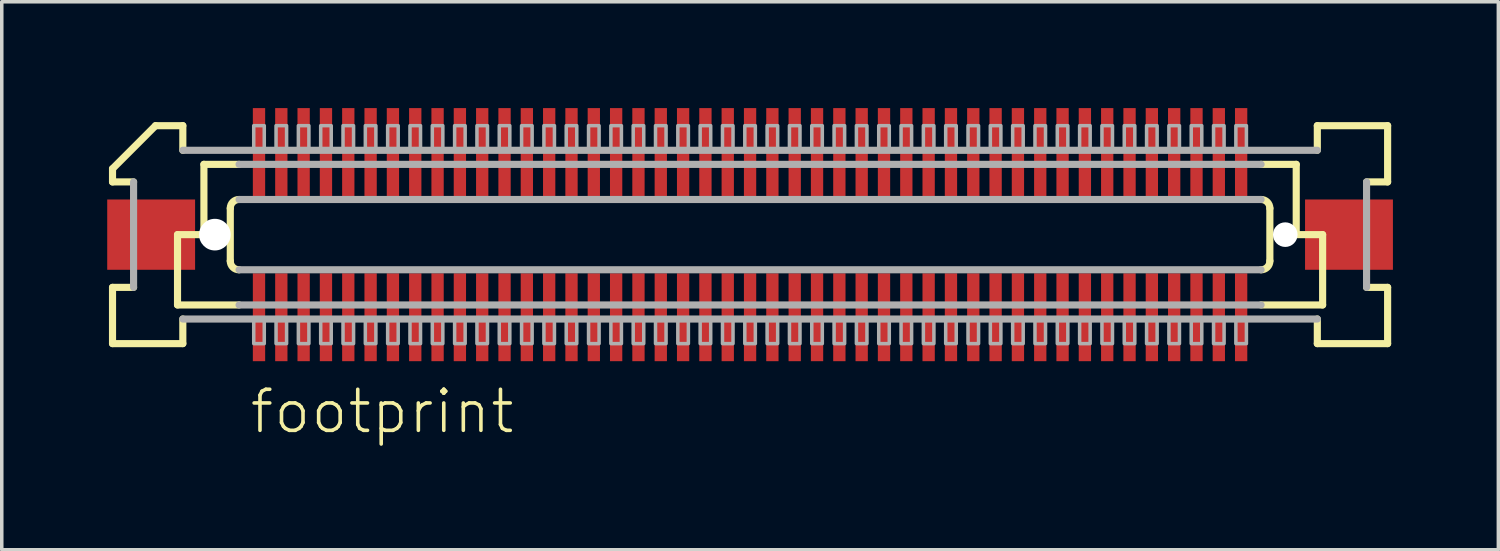
<source format=kicad_pcb>
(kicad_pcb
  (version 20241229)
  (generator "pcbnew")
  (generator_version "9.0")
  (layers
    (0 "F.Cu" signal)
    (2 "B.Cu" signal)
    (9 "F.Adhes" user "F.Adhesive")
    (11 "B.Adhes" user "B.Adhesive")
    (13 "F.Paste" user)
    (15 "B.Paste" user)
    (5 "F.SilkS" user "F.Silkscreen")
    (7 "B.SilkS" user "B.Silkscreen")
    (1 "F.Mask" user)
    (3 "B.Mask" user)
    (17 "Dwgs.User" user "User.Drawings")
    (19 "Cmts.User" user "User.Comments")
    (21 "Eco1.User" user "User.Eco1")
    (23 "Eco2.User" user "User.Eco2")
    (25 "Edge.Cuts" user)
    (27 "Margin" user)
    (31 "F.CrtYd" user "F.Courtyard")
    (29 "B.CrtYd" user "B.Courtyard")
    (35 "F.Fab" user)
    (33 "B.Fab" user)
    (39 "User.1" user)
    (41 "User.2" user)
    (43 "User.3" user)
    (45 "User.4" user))
  (footprint "footprint"
    (layer "F.Cu")
    (at 18.288 3.625)
    (property "Reference" "footprint" (at -14.287 5.715 0) (layer "F.SilkS") (effects (font (size 1.168 1.168) (thickness 0.102)) (justify left bottom)))
    (fp_poly (pts (xy -14.17 -1.075) (xy -13.77 -1.075) (xy -13.77 -3.625) (xy -14.17 -3.625)) (stroke (width 0) (type solid)) (fill yes) (layer "F.Mask"))
    (fp_poly (pts (xy -13.77 1.075) (xy -14.17 1.075) (xy -14.17 3.625) (xy -13.77 3.625)) (stroke (width 0) (type solid)) (fill yes) (layer "F.Mask"))
    (fp_poly (pts (xy -13.535 -1.075) (xy -13.135 -1.075) (xy -13.135 -3.625) (xy -13.535 -3.625)) (stroke (width 0) (type solid)) (fill yes) (layer "F.Mask"))
    (fp_poly (pts (xy -13.135 1.075) (xy -13.535 1.075) (xy -13.535 3.625) (xy -13.135 3.625)) (stroke (width 0) (type solid)) (fill yes) (layer "F.Mask"))
    (fp_poly (pts (xy -12.9 -1.075) (xy -12.5 -1.075) (xy -12.5 -3.625) (xy -12.9 -3.625)) (stroke (width 0) (type solid)) (fill yes) (layer "F.Mask"))
    (fp_poly (pts (xy -12.5 1.075) (xy -12.9 1.075) (xy -12.9 3.625) (xy -12.5 3.625)) (stroke (width 0) (type solid)) (fill yes) (layer "F.Mask"))
    (fp_poly (pts (xy -12.265 -1.075) (xy -11.865 -1.075) (xy -11.865 -3.625) (xy -12.265 -3.625)) (stroke (width 0) (type solid)) (fill yes) (layer "F.Mask"))
    (fp_poly (pts (xy -11.865 1.075) (xy -12.265 1.075) (xy -12.265 3.625) (xy -11.865 3.625)) (stroke (width 0) (type solid)) (fill yes) (layer "F.Mask"))
    (fp_poly (pts (xy -11.63 -1.075) (xy -11.23 -1.075) (xy -11.23 -3.625) (xy -11.63 -3.625)) (stroke (width 0) (type solid)) (fill yes) (layer "F.Mask"))
    (fp_poly (pts (xy -11.23 1.075) (xy -11.63 1.075) (xy -11.63 3.625) (xy -11.23 3.625)) (stroke (width 0) (type solid)) (fill yes) (layer "F.Mask"))
    (fp_poly (pts (xy -10.995 -1.075) (xy -10.595 -1.075) (xy -10.595 -3.625) (xy -10.995 -3.625)) (stroke (width 0) (type solid)) (fill yes) (layer "F.Mask"))
    (fp_poly (pts (xy -10.595 1.075) (xy -10.995 1.075) (xy -10.995 3.625) (xy -10.595 3.625)) (stroke (width 0) (type solid)) (fill yes) (layer "F.Mask"))
    (fp_poly (pts (xy -10.36 -1.075) (xy -9.96 -1.075) (xy -9.96 -3.625) (xy -10.36 -3.625)) (stroke (width 0) (type solid)) (fill yes) (layer "F.Mask"))
    (fp_poly (pts (xy -9.96 1.075) (xy -10.36 1.075) (xy -10.36 3.625) (xy -9.96 3.625)) (stroke (width 0) (type solid)) (fill yes) (layer "F.Mask"))
    (fp_poly (pts (xy -9.725 -1.075) (xy -9.325 -1.075) (xy -9.325 -3.625) (xy -9.725 -3.625)) (stroke (width 0) (type solid)) (fill yes) (layer "F.Mask"))
    (fp_poly (pts (xy -9.325 1.075) (xy -9.725 1.075) (xy -9.725 3.625) (xy -9.325 3.625)) (stroke (width 0) (type solid)) (fill yes) (layer "F.Mask"))
    (fp_poly (pts (xy -9.09 -1.075) (xy -8.69 -1.075) (xy -8.69 -3.625) (xy -9.09 -3.625)) (stroke (width 0) (type solid)) (fill yes) (layer "F.Mask"))
    (fp_poly (pts (xy -8.69 1.075) (xy -9.09 1.075) (xy -9.09 3.625) (xy -8.69 3.625)) (stroke (width 0) (type solid)) (fill yes) (layer "F.Mask"))
    (fp_poly (pts (xy -8.455 -1.075) (xy -8.055 -1.075) (xy -8.055 -3.625) (xy -8.455 -3.625)) (stroke (width 0) (type solid)) (fill yes) (layer "F.Mask"))
    (fp_poly (pts (xy -8.055 1.075) (xy -8.455 1.075) (xy -8.455 3.625) (xy -8.055 3.625)) (stroke (width 0) (type solid)) (fill yes) (layer "F.Mask"))
    (fp_poly (pts (xy -7.82 -1.075) (xy -7.42 -1.075) (xy -7.42 -3.625) (xy -7.82 -3.625)) (stroke (width 0) (type solid)) (fill yes) (layer "F.Mask"))
    (fp_poly (pts (xy -7.42 1.075) (xy -7.82 1.075) (xy -7.82 3.625) (xy -7.42 3.625)) (stroke (width 0) (type solid)) (fill yes) (layer "F.Mask"))
    (fp_poly (pts (xy -7.185 -1.075) (xy -6.785 -1.075) (xy -6.785 -3.625) (xy -7.185 -3.625)) (stroke (width 0) (type solid)) (fill yes) (layer "F.Mask"))
    (fp_poly (pts (xy -6.785 1.075) (xy -7.185 1.075) (xy -7.185 3.625) (xy -6.785 3.625)) (stroke (width 0) (type solid)) (fill yes) (layer "F.Mask"))
    (fp_poly (pts (xy -6.55 -1.075) (xy -6.15 -1.075) (xy -6.15 -3.625) (xy -6.55 -3.625)) (stroke (width 0) (type solid)) (fill yes) (layer "F.Mask"))
    (fp_poly (pts (xy -6.15 1.075) (xy -6.55 1.075) (xy -6.55 3.625) (xy -6.15 3.625)) (stroke (width 0) (type solid)) (fill yes) (layer "F.Mask"))
    (fp_poly (pts (xy -5.915 -1.075) (xy -5.515 -1.075) (xy -5.515 -3.625) (xy -5.915 -3.625)) (stroke (width 0) (type solid)) (fill yes) (layer "F.Mask"))
    (fp_poly (pts (xy -5.515 1.075) (xy -5.915 1.075) (xy -5.915 3.625) (xy -5.515 3.625)) (stroke (width 0) (type solid)) (fill yes) (layer "F.Mask"))
    (fp_poly (pts (xy -5.28 -1.075) (xy -4.88 -1.075) (xy -4.88 -3.625) (xy -5.28 -3.625)) (stroke (width 0) (type solid)) (fill yes) (layer "F.Mask"))
    (fp_poly (pts (xy -4.88 1.075) (xy -5.28 1.075) (xy -5.28 3.625) (xy -4.88 3.625)) (stroke (width 0) (type solid)) (fill yes) (layer "F.Mask"))
    (fp_poly (pts (xy -4.645 -1.075) (xy -4.245 -1.075) (xy -4.245 -3.625) (xy -4.645 -3.625)) (stroke (width 0) (type solid)) (fill yes) (layer "F.Mask"))
    (fp_poly (pts (xy -4.245 1.075) (xy -4.645 1.075) (xy -4.645 3.625) (xy -4.245 3.625)) (stroke (width 0) (type solid)) (fill yes) (layer "F.Mask"))
    (fp_poly (pts (xy -4.01 -1.075) (xy -3.61 -1.075) (xy -3.61 -3.625) (xy -4.01 -3.625)) (stroke (width 0) (type solid)) (fill yes) (layer "F.Mask"))
    (fp_poly (pts (xy -3.61 1.075) (xy -4.01 1.075) (xy -4.01 3.625) (xy -3.61 3.625)) (stroke (width 0) (type solid)) (fill yes) (layer "F.Mask"))
    (fp_poly (pts (xy -3.375 -1.075) (xy -2.975 -1.075) (xy -2.975 -3.625) (xy -3.375 -3.625)) (stroke (width 0) (type solid)) (fill yes) (layer "F.Mask"))
    (fp_poly (pts (xy -2.975 1.075) (xy -3.375 1.075) (xy -3.375 3.625) (xy -2.975 3.625)) (stroke (width 0) (type solid)) (fill yes) (layer "F.Mask"))
    (fp_poly (pts (xy -2.74 -1.075) (xy -2.34 -1.075) (xy -2.34 -3.625) (xy -2.74 -3.625)) (stroke (width 0) (type solid)) (fill yes) (layer "F.Mask"))
    (fp_poly (pts (xy -2.34 1.075) (xy -2.74 1.075) (xy -2.74 3.625) (xy -2.34 3.625)) (stroke (width 0) (type solid)) (fill yes) (layer "F.Mask"))
    (fp_poly (pts (xy -2.105 -1.075) (xy -1.705 -1.075) (xy -1.705 -3.625) (xy -2.105 -3.625)) (stroke (width 0) (type solid)) (fill yes) (layer "F.Mask"))
    (fp_poly (pts (xy -1.705 1.075) (xy -2.105 1.075) (xy -2.105 3.625) (xy -1.705 3.625)) (stroke (width 0) (type solid)) (fill yes) (layer "F.Mask"))
    (fp_poly (pts (xy -1.47 -1.075) (xy -1.07 -1.075) (xy -1.07 -3.625) (xy -1.47 -3.625)) (stroke (width 0) (type solid)) (fill yes) (layer "F.Mask"))
    (fp_poly (pts (xy -1.07 1.075) (xy -1.47 1.075) (xy -1.47 3.625) (xy -1.07 3.625)) (stroke (width 0) (type solid)) (fill yes) (layer "F.Mask"))
    (fp_poly (pts (xy -0.835 -1.075) (xy -0.435 -1.075) (xy -0.435 -3.625) (xy -0.835 -3.625)) (stroke (width 0) (type solid)) (fill yes) (layer "F.Mask"))
    (fp_poly (pts (xy -0.435 1.075) (xy -0.835 1.075) (xy -0.835 3.625) (xy -0.435 3.625)) (stroke (width 0) (type solid)) (fill yes) (layer "F.Mask"))
    (fp_poly (pts (xy -0.2 -1.075) (xy 0.2 -1.075) (xy 0.2 -3.625) (xy -0.2 -3.625)) (stroke (width 0) (type solid)) (fill yes) (layer "F.Mask"))
    (fp_poly (pts (xy 0.2 1.075) (xy -0.2 1.075) (xy -0.2 3.625) (xy 0.2 3.625)) (stroke (width 0) (type solid)) (fill yes) (layer "F.Mask"))
    (fp_poly (pts (xy 0.435 -1.075) (xy 0.835 -1.075) (xy 0.835 -3.625) (xy 0.435 -3.625)) (stroke (width 0) (type solid)) (fill yes) (layer "F.Mask"))
    (fp_poly (pts (xy 0.835 1.075) (xy 0.435 1.075) (xy 0.435 3.625) (xy 0.835 3.625)) (stroke (width 0) (type solid)) (fill yes) (layer "F.Mask"))
    (fp_poly (pts (xy 1.07 -1.075) (xy 1.47 -1.075) (xy 1.47 -3.625) (xy 1.07 -3.625)) (stroke (width 0) (type solid)) (fill yes) (layer "F.Mask"))
    (fp_poly (pts (xy 1.47 1.075) (xy 1.07 1.075) (xy 1.07 3.625) (xy 1.47 3.625)) (stroke (width 0) (type solid)) (fill yes) (layer "F.Mask"))
    (fp_poly (pts (xy 1.705 -1.075) (xy 2.105 -1.075) (xy 2.105 -3.625) (xy 1.705 -3.625)) (stroke (width 0) (type solid)) (fill yes) (layer "F.Mask"))
    (fp_poly (pts (xy 2.105 1.075) (xy 1.705 1.075) (xy 1.705 3.625) (xy 2.105 3.625)) (stroke (width 0) (type solid)) (fill yes) (layer "F.Mask"))
    (fp_poly (pts (xy 2.34 -1.075) (xy 2.74 -1.075) (xy 2.74 -3.625) (xy 2.34 -3.625)) (stroke (width 0) (type solid)) (fill yes) (layer "F.Mask"))
    (fp_poly (pts (xy 2.74 1.075) (xy 2.34 1.075) (xy 2.34 3.625) (xy 2.74 3.625)) (stroke (width 0) (type solid)) (fill yes) (layer "F.Mask"))
    (fp_poly (pts (xy 2.975 -1.075) (xy 3.375 -1.075) (xy 3.375 -3.625) (xy 2.975 -3.625)) (stroke (width 0) (type solid)) (fill yes) (layer "F.Mask"))
    (fp_poly (pts (xy 3.375 1.075) (xy 2.975 1.075) (xy 2.975 3.625) (xy 3.375 3.625)) (stroke (width 0) (type solid)) (fill yes) (layer "F.Mask"))
    (fp_poly (pts (xy 3.61 -1.075) (xy 4.01 -1.075) (xy 4.01 -3.625) (xy 3.61 -3.625)) (stroke (width 0) (type solid)) (fill yes) (layer "F.Mask"))
    (fp_poly (pts (xy 4.01 1.075) (xy 3.61 1.075) (xy 3.61 3.625) (xy 4.01 3.625)) (stroke (width 0) (type solid)) (fill yes) (layer "F.Mask"))
    (fp_poly (pts (xy 4.245 -1.075) (xy 4.645 -1.075) (xy 4.645 -3.625) (xy 4.245 -3.625)) (stroke (width 0) (type solid)) (fill yes) (layer "F.Mask"))
    (fp_poly (pts (xy 4.645 1.075) (xy 4.245 1.075) (xy 4.245 3.625) (xy 4.645 3.625)) (stroke (width 0) (type solid)) (fill yes) (layer "F.Mask"))
    (fp_poly (pts (xy 4.88 -1.075) (xy 5.28 -1.075) (xy 5.28 -3.625) (xy 4.88 -3.625)) (stroke (width 0) (type solid)) (fill yes) (layer "F.Mask"))
    (fp_poly (pts (xy 5.28 1.075) (xy 4.88 1.075) (xy 4.88 3.625) (xy 5.28 3.625)) (stroke (width 0) (type solid)) (fill yes) (layer "F.Mask"))
    (fp_poly (pts (xy 5.515 -1.075) (xy 5.915 -1.075) (xy 5.915 -3.625) (xy 5.515 -3.625)) (stroke (width 0) (type solid)) (fill yes) (layer "F.Mask"))
    (fp_poly (pts (xy 5.915 1.075) (xy 5.515 1.075) (xy 5.515 3.625) (xy 5.915 3.625)) (stroke (width 0) (type solid)) (fill yes) (layer "F.Mask"))
    (fp_poly (pts (xy 6.15 -1.075) (xy 6.55 -1.075) (xy 6.55 -3.625) (xy 6.15 -3.625)) (stroke (width 0) (type solid)) (fill yes) (layer "F.Mask"))
    (fp_poly (pts (xy 6.55 1.075) (xy 6.15 1.075) (xy 6.15 3.625) (xy 6.55 3.625)) (stroke (width 0) (type solid)) (fill yes) (layer "F.Mask"))
    (fp_poly (pts (xy 6.785 -1.075) (xy 7.185 -1.075) (xy 7.185 -3.625) (xy 6.785 -3.625)) (stroke (width 0) (type solid)) (fill yes) (layer "F.Mask"))
    (fp_poly (pts (xy 7.185 1.075) (xy 6.785 1.075) (xy 6.785 3.625) (xy 7.185 3.625)) (stroke (width 0) (type solid)) (fill yes) (layer "F.Mask"))
    (fp_poly (pts (xy 7.42 -1.075) (xy 7.82 -1.075) (xy 7.82 -3.625) (xy 7.42 -3.625)) (stroke (width 0) (type solid)) (fill yes) (layer "F.Mask"))
    (fp_poly (pts (xy 7.82 1.075) (xy 7.42 1.075) (xy 7.42 3.625) (xy 7.82 3.625)) (stroke (width 0) (type solid)) (fill yes) (layer "F.Mask"))
    (fp_poly (pts (xy 8.055 -1.075) (xy 8.455 -1.075) (xy 8.455 -3.625) (xy 8.055 -3.625)) (stroke (width 0) (type solid)) (fill yes) (layer "F.Mask"))
    (fp_poly (pts (xy 8.455 1.075) (xy 8.055 1.075) (xy 8.055 3.625) (xy 8.455 3.625)) (stroke (width 0) (type solid)) (fill yes) (layer "F.Mask"))
    (fp_poly (pts (xy 8.69 -1.075) (xy 9.09 -1.075) (xy 9.09 -3.625) (xy 8.69 -3.625)) (stroke (width 0) (type solid)) (fill yes) (layer "F.Mask"))
    (fp_poly (pts (xy 9.09 1.075) (xy 8.69 1.075) (xy 8.69 3.625) (xy 9.09 3.625)) (stroke (width 0) (type solid)) (fill yes) (layer "F.Mask"))
    (fp_poly (pts (xy 9.325 -1.075) (xy 9.725 -1.075) (xy 9.725 -3.625) (xy 9.325 -3.625)) (stroke (width 0) (type solid)) (fill yes) (layer "F.Mask"))
    (fp_poly (pts (xy 9.725 1.075) (xy 9.325 1.075) (xy 9.325 3.625) (xy 9.725 3.625)) (stroke (width 0) (type solid)) (fill yes) (layer "F.Mask"))
    (fp_poly (pts (xy 9.96 -1.075) (xy 10.36 -1.075) (xy 10.36 -3.625) (xy 9.96 -3.625)) (stroke (width 0) (type solid)) (fill yes) (layer "F.Mask"))
    (fp_poly (pts (xy 10.36 1.075) (xy 9.96 1.075) (xy 9.96 3.625) (xy 10.36 3.625)) (stroke (width 0) (type solid)) (fill yes) (layer "F.Mask"))
    (fp_poly (pts (xy 10.595 -1.075) (xy 10.995 -1.075) (xy 10.995 -3.625) (xy 10.595 -3.625)) (stroke (width 0) (type solid)) (fill yes) (layer "F.Mask"))
    (fp_poly (pts (xy 10.995 1.075) (xy 10.595 1.075) (xy 10.595 3.625) (xy 10.995 3.625)) (stroke (width 0) (type solid)) (fill yes) (layer "F.Mask"))
    (fp_poly (pts (xy 11.23 -1.075) (xy 11.63 -1.075) (xy 11.63 -3.625) (xy 11.23 -3.625)) (stroke (width 0) (type solid)) (fill yes) (layer "F.Mask"))
    (fp_poly (pts (xy 11.63 1.075) (xy 11.23 1.075) (xy 11.23 3.625) (xy 11.63 3.625)) (stroke (width 0) (type solid)) (fill yes) (layer "F.Mask"))
    (fp_poly (pts (xy 11.865 -1.075) (xy 12.265 -1.075) (xy 12.265 -3.625) (xy 11.865 -3.625)) (stroke (width 0) (type solid)) (fill yes) (layer "F.Mask"))
    (fp_poly (pts (xy 12.265 1.075) (xy 11.865 1.075) (xy 11.865 3.625) (xy 12.265 3.625)) (stroke (width 0) (type solid)) (fill yes) (layer "F.Mask"))
    (fp_poly (pts (xy 12.5 -1.075) (xy 12.9 -1.075) (xy 12.9 -3.625) (xy 12.5 -3.625)) (stroke (width 0) (type solid)) (fill yes) (layer "F.Mask"))
    (fp_poly (pts (xy 12.9 1.075) (xy 12.5 1.075) (xy 12.5 3.625) (xy 12.9 3.625)) (stroke (width 0) (type solid)) (fill yes) (layer "F.Mask"))
    (fp_poly (pts (xy 13.135 -1.075) (xy 13.535 -1.075) (xy 13.535 -3.625) (xy 13.135 -3.625)) (stroke (width 0) (type solid)) (fill yes) (layer "F.Mask"))
    (fp_poly (pts (xy 13.535 1.075) (xy 13.135 1.075) (xy 13.135 3.625) (xy 13.535 3.625)) (stroke (width 0) (type solid)) (fill yes) (layer "F.Mask"))
    (fp_poly (pts (xy 13.77 -1.075) (xy 14.17 -1.075) (xy 14.17 -3.625) (xy 13.77 -3.625)) (stroke (width 0) (type solid)) (fill yes) (layer "F.Mask"))
    (fp_poly (pts (xy 14.17 1.075) (xy 13.77 1.075) (xy 13.77 3.625) (xy 14.17 3.625)) (stroke (width 0) (type solid)) (fill yes) (layer "F.Mask"))
    (fp_line (start -18.137 -1.5) (end -18.137 -1.875) (stroke (width 0.203) (type solid)) (layer "F.SilkS"))
    (fp_line (start -18.137 1.5) (end -17.538 1.5) (stroke (width 0.203) (type solid)) (layer "F.SilkS"))
    (fp_line (start -18.137 3.1) (end -18.137 1.5) (stroke (width 0.203) (type solid)) (layer "F.SilkS"))
    (fp_line (start -17.538 -1.5) (end -18.137 -1.5) (stroke (width 0.203) (type solid)) (layer "F.SilkS"))
    (fp_line (start -16.913 -3.1) (end -18.137 -1.875) (stroke (width 0.203) (type solid)) (layer "F.SilkS"))
    (fp_line (start -16.913 -3.1) (end -16.137 -3.1) (stroke (width 0.203) (type solid)) (layer "F.SilkS"))
    (fp_line (start -16.288 0) (end -16.288 2) (stroke (width 0.203) (type solid)) (layer "F.SilkS"))
    (fp_line (start -16.288 2) (end -14.537 2) (stroke (width 0.203) (type solid)) (layer "F.SilkS"))
    (fp_line (start -16.137 -3.1) (end -16.137 -2.4) (stroke (width 0.203) (type solid)) (layer "F.SilkS"))
    (fp_line (start -16.137 2.4) (end -16.137 3.1) (stroke (width 0.203) (type solid)) (layer "F.SilkS"))
    (fp_line (start -16.137 3.1) (end -18.137 3.1) (stroke (width 0.203) (type solid)) (layer "F.SilkS"))
    (fp_line (start -15.537 -2) (end -15.537 0) (stroke (width 0.203) (type solid)) (layer "F.SilkS"))
    (fp_line (start -15.537 0) (end -16.288 0) (stroke (width 0.203) (type solid)) (layer "F.SilkS"))
    (fp_line (start -14.787 0.75) (end -14.787 -0.75) (stroke (width 0.203) (type solid)) (layer "F.SilkS"))
    (fp_line (start -14.537 -2) (end -15.537 -2) (stroke (width 0.203) (type solid)) (layer "F.SilkS"))
    (fp_line (start 14.537 2) (end 16.288 2) (stroke (width 0.203) (type solid)) (layer "F.SilkS"))
    (fp_line (start 14.787 -0.75) (end 14.787 0.75) (stroke (width 0.203) (type solid)) (layer "F.SilkS"))
    (fp_line (start 15.537 -2) (end 14.537 -2) (stroke (width 0.203) (type solid)) (layer "F.SilkS"))
    (fp_line (start 15.537 -2) (end 15.537 0) (stroke (width 0.203) (type solid)) (layer "F.SilkS"))
    (fp_line (start 16.137 -3.1) (end 18.137 -3.1) (stroke (width 0.203) (type solid)) (layer "F.SilkS"))
    (fp_line (start 16.137 -2.4) (end 16.137 -3.1) (stroke (width 0.203) (type solid)) (layer "F.SilkS"))
    (fp_line (start 16.137 3.1) (end 16.137 2.4) (stroke (width 0.203) (type solid)) (layer "F.SilkS"))
    (fp_line (start 16.288 0) (end 15.537 0) (stroke (width 0.203) (type solid)) (layer "F.SilkS"))
    (fp_line (start 16.288 0) (end 16.288 2) (stroke (width 0.203) (type solid)) (layer "F.SilkS"))
    (fp_line (start 17.538 1.5) (end 18.137 1.5) (stroke (width 0.203) (type solid)) (layer "F.SilkS"))
    (fp_line (start 18.137 -3.1) (end 18.137 -1.5) (stroke (width 0.203) (type solid)) (layer "F.SilkS"))
    (fp_line (start 18.137 -1.5) (end 17.538 -1.5) (stroke (width 0.203) (type solid)) (layer "F.SilkS"))
    (fp_line (start 18.137 1.5) (end 18.137 3.1) (stroke (width 0.203) (type solid)) (layer "F.SilkS"))
    (fp_line (start 18.137 3.1) (end 16.137 3.1) (stroke (width 0.203) (type solid)) (layer "F.SilkS"))
    (fp_arc (start -14.7875 -0.75) (mid -14.714277 -0.926777) (end -14.5375 -1) (stroke (width 0.2032) (type solid)) (layer "F.SilkS"))
    (fp_arc (start -14.5375 1) (mid -14.714277 0.926777) (end -14.7875 0.75) (stroke (width 0.2032) (type solid)) (layer "F.SilkS"))
    (fp_arc (start 14.5375 -1) (mid 14.714277 -0.926777) (end 14.7875 -0.75) (stroke (width 0.2032) (type solid)) (layer "F.SilkS"))
    (fp_arc (start 14.7875 0.75) (mid 14.714277 0.926777) (end 14.5375 1) (stroke (width 0.2032) (type solid)) (layer "F.SilkS"))
    (fp_line (start -17.538 1.5) (end -17.538 -1.5) (stroke (width 0.203) (type solid)) (layer "F.Fab"))
    (fp_line (start -16.137 -2.4) (end 16.137 -2.4) (stroke (width 0.203) (type solid)) (layer "F.Fab"))
    (fp_line (start -14.537 -1) (end 14.537 -1) (stroke (width 0.203) (type solid)) (layer "F.Fab"))
    (fp_line (start -14.537 2) (end 14.537 2) (stroke (width 0.203) (type solid)) (layer "F.Fab"))
    (fp_line (start 14.537 -2) (end -14.537 -2) (stroke (width 0.203) (type solid)) (layer "F.Fab"))
    (fp_line (start 14.537 1) (end -14.537 1) (stroke (width 0.203) (type solid)) (layer "F.Fab"))
    (fp_line (start 16.137 2.4) (end -16.137 2.4) (stroke (width 0.203) (type solid)) (layer "F.Fab"))
    (fp_line (start 17.538 -1.5) (end 17.538 1.5) (stroke (width 0.203) (type solid)) (layer "F.Fab"))
    (fp_poly (pts (xy -14.12 3.1) (xy -13.82 3.1) (xy -13.82 2.375) (xy -14.12 2.375)) (stroke (width 0.1) (type solid)) (fill no) (layer "F.Fab"))
    (fp_poly (pts (xy -13.82 -3.1) (xy -14.12 -3.1) (xy -14.12 -2.375) (xy -13.82 -2.375)) (stroke (width 0.1) (type solid)) (fill no) (layer "F.Fab"))
    (fp_poly (pts (xy -13.485 3.1) (xy -13.185 3.1) (xy -13.185 2.375) (xy -13.485 2.375)) (stroke (width 0.1) (type solid)) (fill no) (layer "F.Fab"))
    (fp_poly (pts (xy -13.185 -3.1) (xy -13.485 -3.1) (xy -13.485 -2.375) (xy -13.185 -2.375)) (stroke (width 0.1) (type solid)) (fill no) (layer "F.Fab"))
    (fp_poly (pts (xy -12.85 3.1) (xy -12.55 3.1) (xy -12.55 2.375) (xy -12.85 2.375)) (stroke (width 0.1) (type solid)) (fill no) (layer "F.Fab"))
    (fp_poly (pts (xy -12.55 -3.1) (xy -12.85 -3.1) (xy -12.85 -2.375) (xy -12.55 -2.375)) (stroke (width 0.1) (type solid)) (fill no) (layer "F.Fab"))
    (fp_poly (pts (xy -12.215 3.1) (xy -11.915 3.1) (xy -11.915 2.375) (xy -12.215 2.375)) (stroke (width 0.1) (type solid)) (fill no) (layer "F.Fab"))
    (fp_poly (pts (xy -11.915 -3.1) (xy -12.215 -3.1) (xy -12.215 -2.375) (xy -11.915 -2.375)) (stroke (width 0.1) (type solid)) (fill no) (layer "F.Fab"))
    (fp_poly (pts (xy -11.58 3.1) (xy -11.28 3.1) (xy -11.28 2.375) (xy -11.58 2.375)) (stroke (width 0.1) (type solid)) (fill no) (layer "F.Fab"))
    (fp_poly (pts (xy -11.28 -3.1) (xy -11.58 -3.1) (xy -11.58 -2.375) (xy -11.28 -2.375)) (stroke (width 0.1) (type solid)) (fill no) (layer "F.Fab"))
    (fp_poly (pts (xy -10.945 3.1) (xy -10.645 3.1) (xy -10.645 2.375) (xy -10.945 2.375)) (stroke (width 0.1) (type solid)) (fill no) (layer "F.Fab"))
    (fp_poly (pts (xy -10.645 -3.1) (xy -10.945 -3.1) (xy -10.945 -2.375) (xy -10.645 -2.375)) (stroke (width 0.1) (type solid)) (fill no) (layer "F.Fab"))
    (fp_poly (pts (xy -10.31 3.1) (xy -10.01 3.1) (xy -10.01 2.375) (xy -10.31 2.375)) (stroke (width 0.1) (type solid)) (fill no) (layer "F.Fab"))
    (fp_poly (pts (xy -10.01 -3.1) (xy -10.31 -3.1) (xy -10.31 -2.375) (xy -10.01 -2.375)) (stroke (width 0.1) (type solid)) (fill no) (layer "F.Fab"))
    (fp_poly (pts (xy -9.675 3.1) (xy -9.375 3.1) (xy -9.375 2.375) (xy -9.675 2.375)) (stroke (width 0.1) (type solid)) (fill no) (layer "F.Fab"))
    (fp_poly (pts (xy -9.375 -3.1) (xy -9.675 -3.1) (xy -9.675 -2.375) (xy -9.375 -2.375)) (stroke (width 0.1) (type solid)) (fill no) (layer "F.Fab"))
    (fp_poly (pts (xy -9.04 3.1) (xy -8.74 3.1) (xy -8.74 2.375) (xy -9.04 2.375)) (stroke (width 0.1) (type solid)) (fill no) (layer "F.Fab"))
    (fp_poly (pts (xy -8.74 -3.1) (xy -9.04 -3.1) (xy -9.04 -2.375) (xy -8.74 -2.375)) (stroke (width 0.1) (type solid)) (fill no) (layer "F.Fab"))
    (fp_poly (pts (xy -8.405 3.1) (xy -8.105 3.1) (xy -8.105 2.375) (xy -8.405 2.375)) (stroke (width 0.1) (type solid)) (fill no) (layer "F.Fab"))
    (fp_poly (pts (xy -8.105 -3.1) (xy -8.405 -3.1) (xy -8.405 -2.375) (xy -8.105 -2.375)) (stroke (width 0.1) (type solid)) (fill no) (layer "F.Fab"))
    (fp_poly (pts (xy -7.77 3.1) (xy -7.47 3.1) (xy -7.47 2.375) (xy -7.77 2.375)) (stroke (width 0.1) (type solid)) (fill no) (layer "F.Fab"))
    (fp_poly (pts (xy -7.47 -3.1) (xy -7.77 -3.1) (xy -7.77 -2.375) (xy -7.47 -2.375)) (stroke (width 0.1) (type solid)) (fill no) (layer "F.Fab"))
    (fp_poly (pts (xy -7.135 3.1) (xy -6.835 3.1) (xy -6.835 2.375) (xy -7.135 2.375)) (stroke (width 0.1) (type solid)) (fill no) (layer "F.Fab"))
    (fp_poly (pts (xy -6.835 -3.1) (xy -7.135 -3.1) (xy -7.135 -2.375) (xy -6.835 -2.375)) (stroke (width 0.1) (type solid)) (fill no) (layer "F.Fab"))
    (fp_poly (pts (xy -6.5 3.1) (xy -6.2 3.1) (xy -6.2 2.375) (xy -6.5 2.375)) (stroke (width 0.1) (type solid)) (fill no) (layer "F.Fab"))
    (fp_poly (pts (xy -6.2 -3.1) (xy -6.5 -3.1) (xy -6.5 -2.375) (xy -6.2 -2.375)) (stroke (width 0.1) (type solid)) (fill no) (layer "F.Fab"))
    (fp_poly (pts (xy -5.865 3.1) (xy -5.565 3.1) (xy -5.565 2.375) (xy -5.865 2.375)) (stroke (width 0.1) (type solid)) (fill no) (layer "F.Fab"))
    (fp_poly (pts (xy -5.565 -3.1) (xy -5.865 -3.1) (xy -5.865 -2.375) (xy -5.565 -2.375)) (stroke (width 0.1) (type solid)) (fill no) (layer "F.Fab"))
    (fp_poly (pts (xy -5.23 3.1) (xy -4.93 3.1) (xy -4.93 2.375) (xy -5.23 2.375)) (stroke (width 0.1) (type solid)) (fill no) (layer "F.Fab"))
    (fp_poly (pts (xy -4.93 -3.1) (xy -5.23 -3.1) (xy -5.23 -2.375) (xy -4.93 -2.375)) (stroke (width 0.1) (type solid)) (fill no) (layer "F.Fab"))
    (fp_poly (pts (xy -4.595 3.1) (xy -4.295 3.1) (xy -4.295 2.375) (xy -4.595 2.375)) (stroke (width 0.1) (type solid)) (fill no) (layer "F.Fab"))
    (fp_poly (pts (xy -4.295 -3.1) (xy -4.595 -3.1) (xy -4.595 -2.375) (xy -4.295 -2.375)) (stroke (width 0.1) (type solid)) (fill no) (layer "F.Fab"))
    (fp_poly (pts (xy -3.96 3.1) (xy -3.66 3.1) (xy -3.66 2.375) (xy -3.96 2.375)) (stroke (width 0.1) (type solid)) (fill no) (layer "F.Fab"))
    (fp_poly (pts (xy -3.66 -3.1) (xy -3.96 -3.1) (xy -3.96 -2.375) (xy -3.66 -2.375)) (stroke (width 0.1) (type solid)) (fill no) (layer "F.Fab"))
    (fp_poly (pts (xy -3.325 3.1) (xy -3.025 3.1) (xy -3.025 2.375) (xy -3.325 2.375)) (stroke (width 0.1) (type solid)) (fill no) (layer "F.Fab"))
    (fp_poly (pts (xy -3.025 -3.1) (xy -3.325 -3.1) (xy -3.325 -2.375) (xy -3.025 -2.375)) (stroke (width 0.1) (type solid)) (fill no) (layer "F.Fab"))
    (fp_poly (pts (xy -2.69 3.1) (xy -2.39 3.1) (xy -2.39 2.375) (xy -2.69 2.375)) (stroke (width 0.1) (type solid)) (fill no) (layer "F.Fab"))
    (fp_poly (pts (xy -2.39 -3.1) (xy -2.69 -3.1) (xy -2.69 -2.375) (xy -2.39 -2.375)) (stroke (width 0.1) (type solid)) (fill no) (layer "F.Fab"))
    (fp_poly (pts (xy -2.055 3.1) (xy -1.755 3.1) (xy -1.755 2.375) (xy -2.055 2.375)) (stroke (width 0.1) (type solid)) (fill no) (layer "F.Fab"))
    (fp_poly (pts (xy -1.755 -3.1) (xy -2.055 -3.1) (xy -2.055 -2.375) (xy -1.755 -2.375)) (stroke (width 0.1) (type solid)) (fill no) (layer "F.Fab"))
    (fp_poly (pts (xy -1.42 3.1) (xy -1.12 3.1) (xy -1.12 2.375) (xy -1.42 2.375)) (stroke (width 0.1) (type solid)) (fill no) (layer "F.Fab"))
    (fp_poly (pts (xy -1.12 -3.1) (xy -1.42 -3.1) (xy -1.42 -2.375) (xy -1.12 -2.375)) (stroke (width 0.1) (type solid)) (fill no) (layer "F.Fab"))
    (fp_poly (pts (xy -0.785 3.1) (xy -0.485 3.1) (xy -0.485 2.375) (xy -0.785 2.375)) (stroke (width 0.1) (type solid)) (fill no) (layer "F.Fab"))
    (fp_poly (pts (xy -0.485 -3.1) (xy -0.785 -3.1) (xy -0.785 -2.375) (xy -0.485 -2.375)) (stroke (width 0.1) (type solid)) (fill no) (layer "F.Fab"))
    (fp_poly (pts (xy -0.15 3.1) (xy 0.15 3.1) (xy 0.15 2.375) (xy -0.15 2.375)) (stroke (width 0.1) (type solid)) (fill no) (layer "F.Fab"))
    (fp_poly (pts (xy 0.15 -3.1) (xy -0.15 -3.1) (xy -0.15 -2.375) (xy 0.15 -2.375)) (stroke (width 0.1) (type solid)) (fill no) (layer "F.Fab"))
    (fp_poly (pts (xy 0.485 3.1) (xy 0.785 3.1) (xy 0.785 2.375) (xy 0.485 2.375)) (stroke (width 0.1) (type solid)) (fill no) (layer "F.Fab"))
    (fp_poly (pts (xy 0.785 -3.1) (xy 0.485 -3.1) (xy 0.485 -2.375) (xy 0.785 -2.375)) (stroke (width 0.1) (type solid)) (fill no) (layer "F.Fab"))
    (fp_poly (pts (xy 1.12 3.1) (xy 1.42 3.1) (xy 1.42 2.375) (xy 1.12 2.375)) (stroke (width 0.1) (type solid)) (fill no) (layer "F.Fab"))
    (fp_poly (pts (xy 1.42 -3.1) (xy 1.12 -3.1) (xy 1.12 -2.375) (xy 1.42 -2.375)) (stroke (width 0.1) (type solid)) (fill no) (layer "F.Fab"))
    (fp_poly (pts (xy 1.755 3.1) (xy 2.055 3.1) (xy 2.055 2.375) (xy 1.755 2.375)) (stroke (width 0.1) (type solid)) (fill no) (layer "F.Fab"))
    (fp_poly (pts (xy 2.055 -3.1) (xy 1.755 -3.1) (xy 1.755 -2.375) (xy 2.055 -2.375)) (stroke (width 0.1) (type solid)) (fill no) (layer "F.Fab"))
    (fp_poly (pts (xy 2.39 3.1) (xy 2.69 3.1) (xy 2.69 2.375) (xy 2.39 2.375)) (stroke (width 0.1) (type solid)) (fill no) (layer "F.Fab"))
    (fp_poly (pts (xy 2.69 -3.1) (xy 2.39 -3.1) (xy 2.39 -2.375) (xy 2.69 -2.375)) (stroke (width 0.1) (type solid)) (fill no) (layer "F.Fab"))
    (fp_poly (pts (xy 3.025 3.1) (xy 3.325 3.1) (xy 3.325 2.375) (xy 3.025 2.375)) (stroke (width 0.1) (type solid)) (fill no) (layer "F.Fab"))
    (fp_poly (pts (xy 3.325 -3.1) (xy 3.025 -3.1) (xy 3.025 -2.375) (xy 3.325 -2.375)) (stroke (width 0.1) (type solid)) (fill no) (layer "F.Fab"))
    (fp_poly (pts (xy 3.66 3.1) (xy 3.96 3.1) (xy 3.96 2.375) (xy 3.66 2.375)) (stroke (width 0.1) (type solid)) (fill no) (layer "F.Fab"))
    (fp_poly (pts (xy 3.96 -3.1) (xy 3.66 -3.1) (xy 3.66 -2.375) (xy 3.96 -2.375)) (stroke (width 0.1) (type solid)) (fill no) (layer "F.Fab"))
    (fp_poly (pts (xy 4.295 3.1) (xy 4.595 3.1) (xy 4.595 2.375) (xy 4.295 2.375)) (stroke (width 0.1) (type solid)) (fill no) (layer "F.Fab"))
    (fp_poly (pts (xy 4.595 -3.1) (xy 4.295 -3.1) (xy 4.295 -2.375) (xy 4.595 -2.375)) (stroke (width 0.1) (type solid)) (fill no) (layer "F.Fab"))
    (fp_poly (pts (xy 4.93 3.1) (xy 5.23 3.1) (xy 5.23 2.375) (xy 4.93 2.375)) (stroke (width 0.1) (type solid)) (fill no) (layer "F.Fab"))
    (fp_poly (pts (xy 5.23 -3.1) (xy 4.93 -3.1) (xy 4.93 -2.375) (xy 5.23 -2.375)) (stroke (width 0.1) (type solid)) (fill no) (layer "F.Fab"))
    (fp_poly (pts (xy 5.565 3.1) (xy 5.865 3.1) (xy 5.865 2.375) (xy 5.565 2.375)) (stroke (width 0.1) (type solid)) (fill no) (layer "F.Fab"))
    (fp_poly (pts (xy 5.865 -3.1) (xy 5.565 -3.1) (xy 5.565 -2.375) (xy 5.865 -2.375)) (stroke (width 0.1) (type solid)) (fill no) (layer "F.Fab"))
    (fp_poly (pts (xy 6.2 3.1) (xy 6.5 3.1) (xy 6.5 2.375) (xy 6.2 2.375)) (stroke (width 0.1) (type solid)) (fill no) (layer "F.Fab"))
    (fp_poly (pts (xy 6.5 -3.1) (xy 6.2 -3.1) (xy 6.2 -2.375) (xy 6.5 -2.375)) (stroke (width 0.1) (type solid)) (fill no) (layer "F.Fab"))
    (fp_poly (pts (xy 6.835 3.1) (xy 7.135 3.1) (xy 7.135 2.375) (xy 6.835 2.375)) (stroke (width 0.1) (type solid)) (fill no) (layer "F.Fab"))
    (fp_poly (pts (xy 7.135 -3.1) (xy 6.835 -3.1) (xy 6.835 -2.375) (xy 7.135 -2.375)) (stroke (width 0.1) (type solid)) (fill no) (layer "F.Fab"))
    (fp_poly (pts (xy 7.47 3.1) (xy 7.77 3.1) (xy 7.77 2.375) (xy 7.47 2.375)) (stroke (width 0.1) (type solid)) (fill no) (layer "F.Fab"))
    (fp_poly (pts (xy 7.77 -3.1) (xy 7.47 -3.1) (xy 7.47 -2.375) (xy 7.77 -2.375)) (stroke (width 0.1) (type solid)) (fill no) (layer "F.Fab"))
    (fp_poly (pts (xy 8.105 3.1) (xy 8.405 3.1) (xy 8.405 2.375) (xy 8.105 2.375)) (stroke (width 0.1) (type solid)) (fill no) (layer "F.Fab"))
    (fp_poly (pts (xy 8.405 -3.1) (xy 8.105 -3.1) (xy 8.105 -2.375) (xy 8.405 -2.375)) (stroke (width 0.1) (type solid)) (fill no) (layer "F.Fab"))
    (fp_poly (pts (xy 8.74 3.1) (xy 9.04 3.1) (xy 9.04 2.375) (xy 8.74 2.375)) (stroke (width 0.1) (type solid)) (fill no) (layer "F.Fab"))
    (fp_poly (pts (xy 9.04 -3.1) (xy 8.74 -3.1) (xy 8.74 -2.375) (xy 9.04 -2.375)) (stroke (width 0.1) (type solid)) (fill no) (layer "F.Fab"))
    (fp_poly (pts (xy 9.375 3.1) (xy 9.675 3.1) (xy 9.675 2.375) (xy 9.375 2.375)) (stroke (width 0.1) (type solid)) (fill no) (layer "F.Fab"))
    (fp_poly (pts (xy 9.675 -3.1) (xy 9.375 -3.1) (xy 9.375 -2.375) (xy 9.675 -2.375)) (stroke (width 0.1) (type solid)) (fill no) (layer "F.Fab"))
    (fp_poly (pts (xy 10.01 3.1) (xy 10.31 3.1) (xy 10.31 2.375) (xy 10.01 2.375)) (stroke (width 0.1) (type solid)) (fill no) (layer "F.Fab"))
    (fp_poly (pts (xy 10.31 -3.1) (xy 10.01 -3.1) (xy 10.01 -2.375) (xy 10.31 -2.375)) (stroke (width 0.1) (type solid)) (fill no) (layer "F.Fab"))
    (fp_poly (pts (xy 10.645 3.1) (xy 10.945 3.1) (xy 10.945 2.375) (xy 10.645 2.375)) (stroke (width 0.1) (type solid)) (fill no) (layer "F.Fab"))
    (fp_poly (pts (xy 10.945 -3.1) (xy 10.645 -3.1) (xy 10.645 -2.375) (xy 10.945 -2.375)) (stroke (width 0.1) (type solid)) (fill no) (layer "F.Fab"))
    (fp_poly (pts (xy 11.28 3.1) (xy 11.58 3.1) (xy 11.58 2.375) (xy 11.28 2.375)) (stroke (width 0.1) (type solid)) (fill no) (layer "F.Fab"))
    (fp_poly (pts (xy 11.58 -3.1) (xy 11.28 -3.1) (xy 11.28 -2.375) (xy 11.58 -2.375)) (stroke (width 0.1) (type solid)) (fill no) (layer "F.Fab"))
    (fp_poly (pts (xy 11.915 3.1) (xy 12.215 3.1) (xy 12.215 2.375) (xy 11.915 2.375)) (stroke (width 0.1) (type solid)) (fill no) (layer "F.Fab"))
    (fp_poly (pts (xy 12.215 -3.1) (xy 11.915 -3.1) (xy 11.915 -2.375) (xy 12.215 -2.375)) (stroke (width 0.1) (type solid)) (fill no) (layer "F.Fab"))
    (fp_poly (pts (xy 12.55 3.1) (xy 12.85 3.1) (xy 12.85 2.375) (xy 12.55 2.375)) (stroke (width 0.1) (type solid)) (fill no) (layer "F.Fab"))
    (fp_poly (pts (xy 12.85 -3.1) (xy 12.55 -3.1) (xy 12.55 -2.375) (xy 12.85 -2.375)) (stroke (width 0.1) (type solid)) (fill no) (layer "F.Fab"))
    (fp_poly (pts (xy 13.185 3.1) (xy 13.485 3.1) (xy 13.485 2.375) (xy 13.185 2.375)) (stroke (width 0.1) (type solid)) (fill no) (layer "F.Fab"))
    (fp_poly (pts (xy 13.485 -3.1) (xy 13.185 -3.1) (xy 13.185 -2.375) (xy 13.485 -2.375)) (stroke (width 0.1) (type solid)) (fill no) (layer "F.Fab"))
    (fp_poly (pts (xy 13.82 3.1) (xy 14.12 3.1) (xy 14.12 2.375) (xy 13.82 2.375)) (stroke (width 0.1) (type solid)) (fill no) (layer "F.Fab"))
    (fp_poly (pts (xy 14.12 -3.1) (xy 13.82 -3.1) (xy 13.82 -2.375) (xy 14.12 -2.375)) (stroke (width 0.1) (type solid)) (fill no) (layer "F.Fab"))
    (pad "" np_thru_hole circle (at -15.225 0) (size 0.9 0.9) (drill 0.9) (layers "*.Cu" "*.Mask"))
    (pad "" np_thru_hole circle (at 15.225 0) (size 0.7 0.7) (drill 0.7) (layers "*.Cu" "*.Mask"))
    (pad "1" smd rect (at -13.97 -2.35) (size 0.35 2.5) (layers "F.Cu" "F.Paste"))
    (pad "2" smd rect (at -13.97 2.35 180) (size 0.35 2.5) (layers "F.Cu" "F.Paste"))
    (pad "3" smd rect (at -13.335 -2.35) (size 0.35 2.5) (layers "F.Cu" "F.Paste"))
    (pad "4" smd rect (at -13.335 2.35 180) (size 0.35 2.5) (layers "F.Cu" "F.Paste"))
    (pad "5" smd rect (at -12.7 -2.35) (size 0.35 2.5) (layers "F.Cu" "F.Paste"))
    (pad "6" smd rect (at -12.7 2.35 180) (size 0.35 2.5) (layers "F.Cu" "F.Paste"))
    (pad "7" smd rect (at -12.065 -2.35) (size 0.35 2.5) (layers "F.Cu" "F.Paste"))
    (pad "8" smd rect (at -12.065 2.35 180) (size 0.35 2.5) (layers "F.Cu" "F.Paste"))
    (pad "9" smd rect (at -11.43 -2.35) (size 0.35 2.5) (layers "F.Cu" "F.Paste"))
    (pad "10" smd rect (at -11.43 2.35 180) (size 0.35 2.5) (layers "F.Cu" "F.Paste"))
    (pad "11" smd rect (at -10.795 -2.35) (size 0.35 2.5) (layers "F.Cu" "F.Paste"))
    (pad "12" smd rect (at -10.795 2.35 180) (size 0.35 2.5) (layers "F.Cu" "F.Paste"))
    (pad "13" smd rect (at -10.16 -2.35) (size 0.35 2.5) (layers "F.Cu" "F.Paste"))
    (pad "14" smd rect (at -10.16 2.35 180) (size 0.35 2.5) (layers "F.Cu" "F.Paste"))
    (pad "15" smd rect (at -9.525 -2.35) (size 0.35 2.5) (layers "F.Cu" "F.Paste"))
    (pad "16" smd rect (at -9.525 2.35 180) (size 0.35 2.5) (layers "F.Cu" "F.Paste"))
    (pad "17" smd rect (at -8.89 -2.35) (size 0.35 2.5) (layers "F.Cu" "F.Paste"))
    (pad "18" smd rect (at -8.89 2.35 180) (size 0.35 2.5) (layers "F.Cu" "F.Paste"))
    (pad "19" smd rect (at -8.255 -2.35) (size 0.35 2.5) (layers "F.Cu" "F.Paste"))
    (pad "20" smd rect (at -8.255 2.35 180) (size 0.35 2.5) (layers "F.Cu" "F.Paste"))
    (pad "21" smd rect (at -7.62 -2.35) (size 0.35 2.5) (layers "F.Cu" "F.Paste"))
    (pad "22" smd rect (at -7.62 2.35 180) (size 0.35 2.5) (layers "F.Cu" "F.Paste"))
    (pad "23" smd rect (at -6.985 -2.35) (size 0.35 2.5) (layers "F.Cu" "F.Paste"))
    (pad "24" smd rect (at -6.985 2.35 180) (size 0.35 2.5) (layers "F.Cu" "F.Paste"))
    (pad "25" smd rect (at -6.35 -2.35) (size 0.35 2.5) (layers "F.Cu" "F.Paste"))
    (pad "26" smd rect (at -6.35 2.35 180) (size 0.35 2.5) (layers "F.Cu" "F.Paste"))
    (pad "27" smd rect (at -5.715 -2.35) (size 0.35 2.5) (layers "F.Cu" "F.Paste"))
    (pad "28" smd rect (at -5.715 2.35 180) (size 0.35 2.5) (layers "F.Cu" "F.Paste"))
    (pad "29" smd rect (at -5.08 -2.35) (size 0.35 2.5) (layers "F.Cu" "F.Paste"))
    (pad "30" smd rect (at -5.08 2.35 180) (size 0.35 2.5) (layers "F.Cu" "F.Paste"))
    (pad "31" smd rect (at -4.445 -2.35) (size 0.35 2.5) (layers "F.Cu" "F.Paste"))
    (pad "32" smd rect (at -4.445 2.35 180) (size 0.35 2.5) (layers "F.Cu" "F.Paste"))
    (pad "33" smd rect (at -3.81 -2.35) (size 0.35 2.5) (layers "F.Cu" "F.Paste"))
    (pad "34" smd rect (at -3.81 2.35 180) (size 0.35 2.5) (layers "F.Cu" "F.Paste"))
    (pad "35" smd rect (at -3.175 -2.35) (size 0.35 2.5) (layers "F.Cu" "F.Paste"))
    (pad "36" smd rect (at -3.175 2.35 180) (size 0.35 2.5) (layers "F.Cu" "F.Paste"))
    (pad "37" smd rect (at -2.54 -2.35) (size 0.35 2.5) (layers "F.Cu" "F.Paste"))
    (pad "38" smd rect (at -2.54 2.35 180) (size 0.35 2.5) (layers "F.Cu" "F.Paste"))
    (pad "39" smd rect (at -1.905 -2.35) (size 0.35 2.5) (layers "F.Cu" "F.Paste"))
    (pad "40" smd rect (at -1.905 2.35 180) (size 0.35 2.5) (layers "F.Cu" "F.Paste"))
    (pad "41" smd rect (at -1.27 -2.35) (size 0.35 2.5) (layers "F.Cu" "F.Paste"))
    (pad "42" smd rect (at -1.27 2.35 180) (size 0.35 2.5) (layers "F.Cu" "F.Paste"))
    (pad "43" smd rect (at -0.635 -2.35) (size 0.35 2.5) (layers "F.Cu" "F.Paste"))
    (pad "44" smd rect (at -0.635 2.35 180) (size 0.35 2.5) (layers "F.Cu" "F.Paste"))
    (pad "45" smd rect (at 0 -2.35) (size 0.35 2.5) (layers "F.Cu" "F.Paste"))
    (pad "46" smd rect (at 0 2.35 180) (size 0.35 2.5) (layers "F.Cu" "F.Paste"))
    (pad "47" smd rect (at 0.635 -2.35) (size 0.35 2.5) (layers "F.Cu" "F.Paste"))
    (pad "48" smd rect (at 0.635 2.35 180) (size 0.35 2.5) (layers "F.Cu" "F.Paste"))
    (pad "49" smd rect (at 1.27 -2.35) (size 0.35 2.5) (layers "F.Cu" "F.Paste"))
    (pad "50" smd rect (at 1.27 2.35 180) (size 0.35 2.5) (layers "F.Cu" "F.Paste"))
    (pad "51" smd rect (at 1.905 -2.35) (size 0.35 2.5) (layers "F.Cu" "F.Paste"))
    (pad "52" smd rect (at 1.905 2.35 180) (size 0.35 2.5) (layers "F.Cu" "F.Paste"))
    (pad "53" smd rect (at 2.54 -2.35) (size 0.35 2.5) (layers "F.Cu" "F.Paste"))
    (pad "54" smd rect (at 2.54 2.35 180) (size 0.35 2.5) (layers "F.Cu" "F.Paste"))
    (pad "55" smd rect (at 3.175 -2.35) (size 0.35 2.5) (layers "F.Cu" "F.Paste"))
    (pad "56" smd rect (at 3.175 2.35 180) (size 0.35 2.5) (layers "F.Cu" "F.Paste"))
    (pad "57" smd rect (at 3.81 -2.35) (size 0.35 2.5) (layers "F.Cu" "F.Paste"))
    (pad "58" smd rect (at 3.81 2.35 180) (size 0.35 2.5) (layers "F.Cu" "F.Paste"))
    (pad "59" smd rect (at 4.445 -2.35) (size 0.35 2.5) (layers "F.Cu" "F.Paste"))
    (pad "60" smd rect (at 4.445 2.35 180) (size 0.35 2.5) (layers "F.Cu" "F.Paste"))
    (pad "61" smd rect (at 5.08 -2.35) (size 0.35 2.5) (layers "F.Cu" "F.Paste"))
    (pad "62" smd rect (at 5.08 2.35 180) (size 0.35 2.5) (layers "F.Cu" "F.Paste"))
    (pad "63" smd rect (at 5.715 -2.35) (size 0.35 2.5) (layers "F.Cu" "F.Paste"))
    (pad "64" smd rect (at 5.715 2.35 180) (size 0.35 2.5) (layers "F.Cu" "F.Paste"))
    (pad "65" smd rect (at 6.35 -2.35) (size 0.35 2.5) (layers "F.Cu" "F.Paste"))
    (pad "66" smd rect (at 6.35 2.35 180) (size 0.35 2.5) (layers "F.Cu" "F.Paste"))
    (pad "67" smd rect (at 6.985 -2.35) (size 0.35 2.5) (layers "F.Cu" "F.Paste"))
    (pad "68" smd rect (at 6.985 2.35 180) (size 0.35 2.5) (layers "F.Cu" "F.Paste"))
    (pad "69" smd rect (at 7.62 -2.35) (size 0.35 2.5) (layers "F.Cu" "F.Paste"))
    (pad "70" smd rect (at 7.62 2.35 180) (size 0.35 2.5) (layers "F.Cu" "F.Paste"))
    (pad "71" smd rect (at 8.255 -2.35) (size 0.35 2.5) (layers "F.Cu" "F.Paste"))
    (pad "72" smd rect (at 8.255 2.35 180) (size 0.35 2.5) (layers "F.Cu" "F.Paste"))
    (pad "73" smd rect (at 8.89 -2.35) (size 0.35 2.5) (layers "F.Cu" "F.Paste"))
    (pad "74" smd rect (at 8.89 2.35 180) (size 0.35 2.5) (layers "F.Cu" "F.Paste"))
    (pad "75" smd rect (at 9.525 -2.35) (size 0.35 2.5) (layers "F.Cu" "F.Paste"))
    (pad "76" smd rect (at 9.525 2.35 180) (size 0.35 2.5) (layers "F.Cu" "F.Paste"))
    (pad "77" smd rect (at 10.16 -2.35) (size 0.35 2.5) (layers "F.Cu" "F.Paste"))
    (pad "78" smd rect (at 10.16 2.35 180) (size 0.35 2.5) (layers "F.Cu" "F.Paste"))
    (pad "79" smd rect (at 10.795 -2.35) (size 0.35 2.5) (layers "F.Cu" "F.Paste"))
    (pad "80" smd rect (at 10.795 2.35 180) (size 0.35 2.5) (layers "F.Cu" "F.Paste"))
    (pad "81" smd rect (at 11.43 -2.35) (size 0.35 2.5) (layers "F.Cu" "F.Paste"))
    (pad "82" smd rect (at 11.43 2.35 180) (size 0.35 2.5) (layers "F.Cu" "F.Paste"))
    (pad "83" smd rect (at 12.065 -2.35) (size 0.35 2.5) (layers "F.Cu" "F.Paste"))
    (pad "84" smd rect (at 12.065 2.35 180) (size 0.35 2.5) (layers "F.Cu" "F.Paste"))
    (pad "85" smd rect (at 12.7 -2.35) (size 0.35 2.5) (layers "F.Cu" "F.Paste"))
    (pad "86" smd rect (at 12.7 2.35 180) (size 0.35 2.5) (layers "F.Cu" "F.Paste"))
    (pad "87" smd rect (at 13.335 -2.35) (size 0.35 2.5) (layers "F.Cu" "F.Paste"))
    (pad "88" smd rect (at 13.335 2.35 180) (size 0.35 2.5) (layers "F.Cu" "F.Paste"))
    (pad "89" smd rect (at 13.97 -2.35) (size 0.35 2.5) (layers "F.Cu" "F.Paste"))
    (pad "90" smd rect (at 13.97 2.35 180) (size 0.35 2.5) (layers "F.Cu" "F.Paste"))
    (pad "M1" smd rect (at -17.038 0) (size 2.5 2) (layers "F.Cu" "F.Mask" "F.Paste"))
    (pad "M2" smd rect (at 17.038 0 180) (size 2.5 2) (layers "F.Cu" "F.Mask" "F.Paste")))
  (gr_rect
    (start -3 -3)
    (end 39.575 12.59)
    (stroke (width 0.1) (type default))
    (fill no)
    (layer "Edge.Cuts")))
</source>
